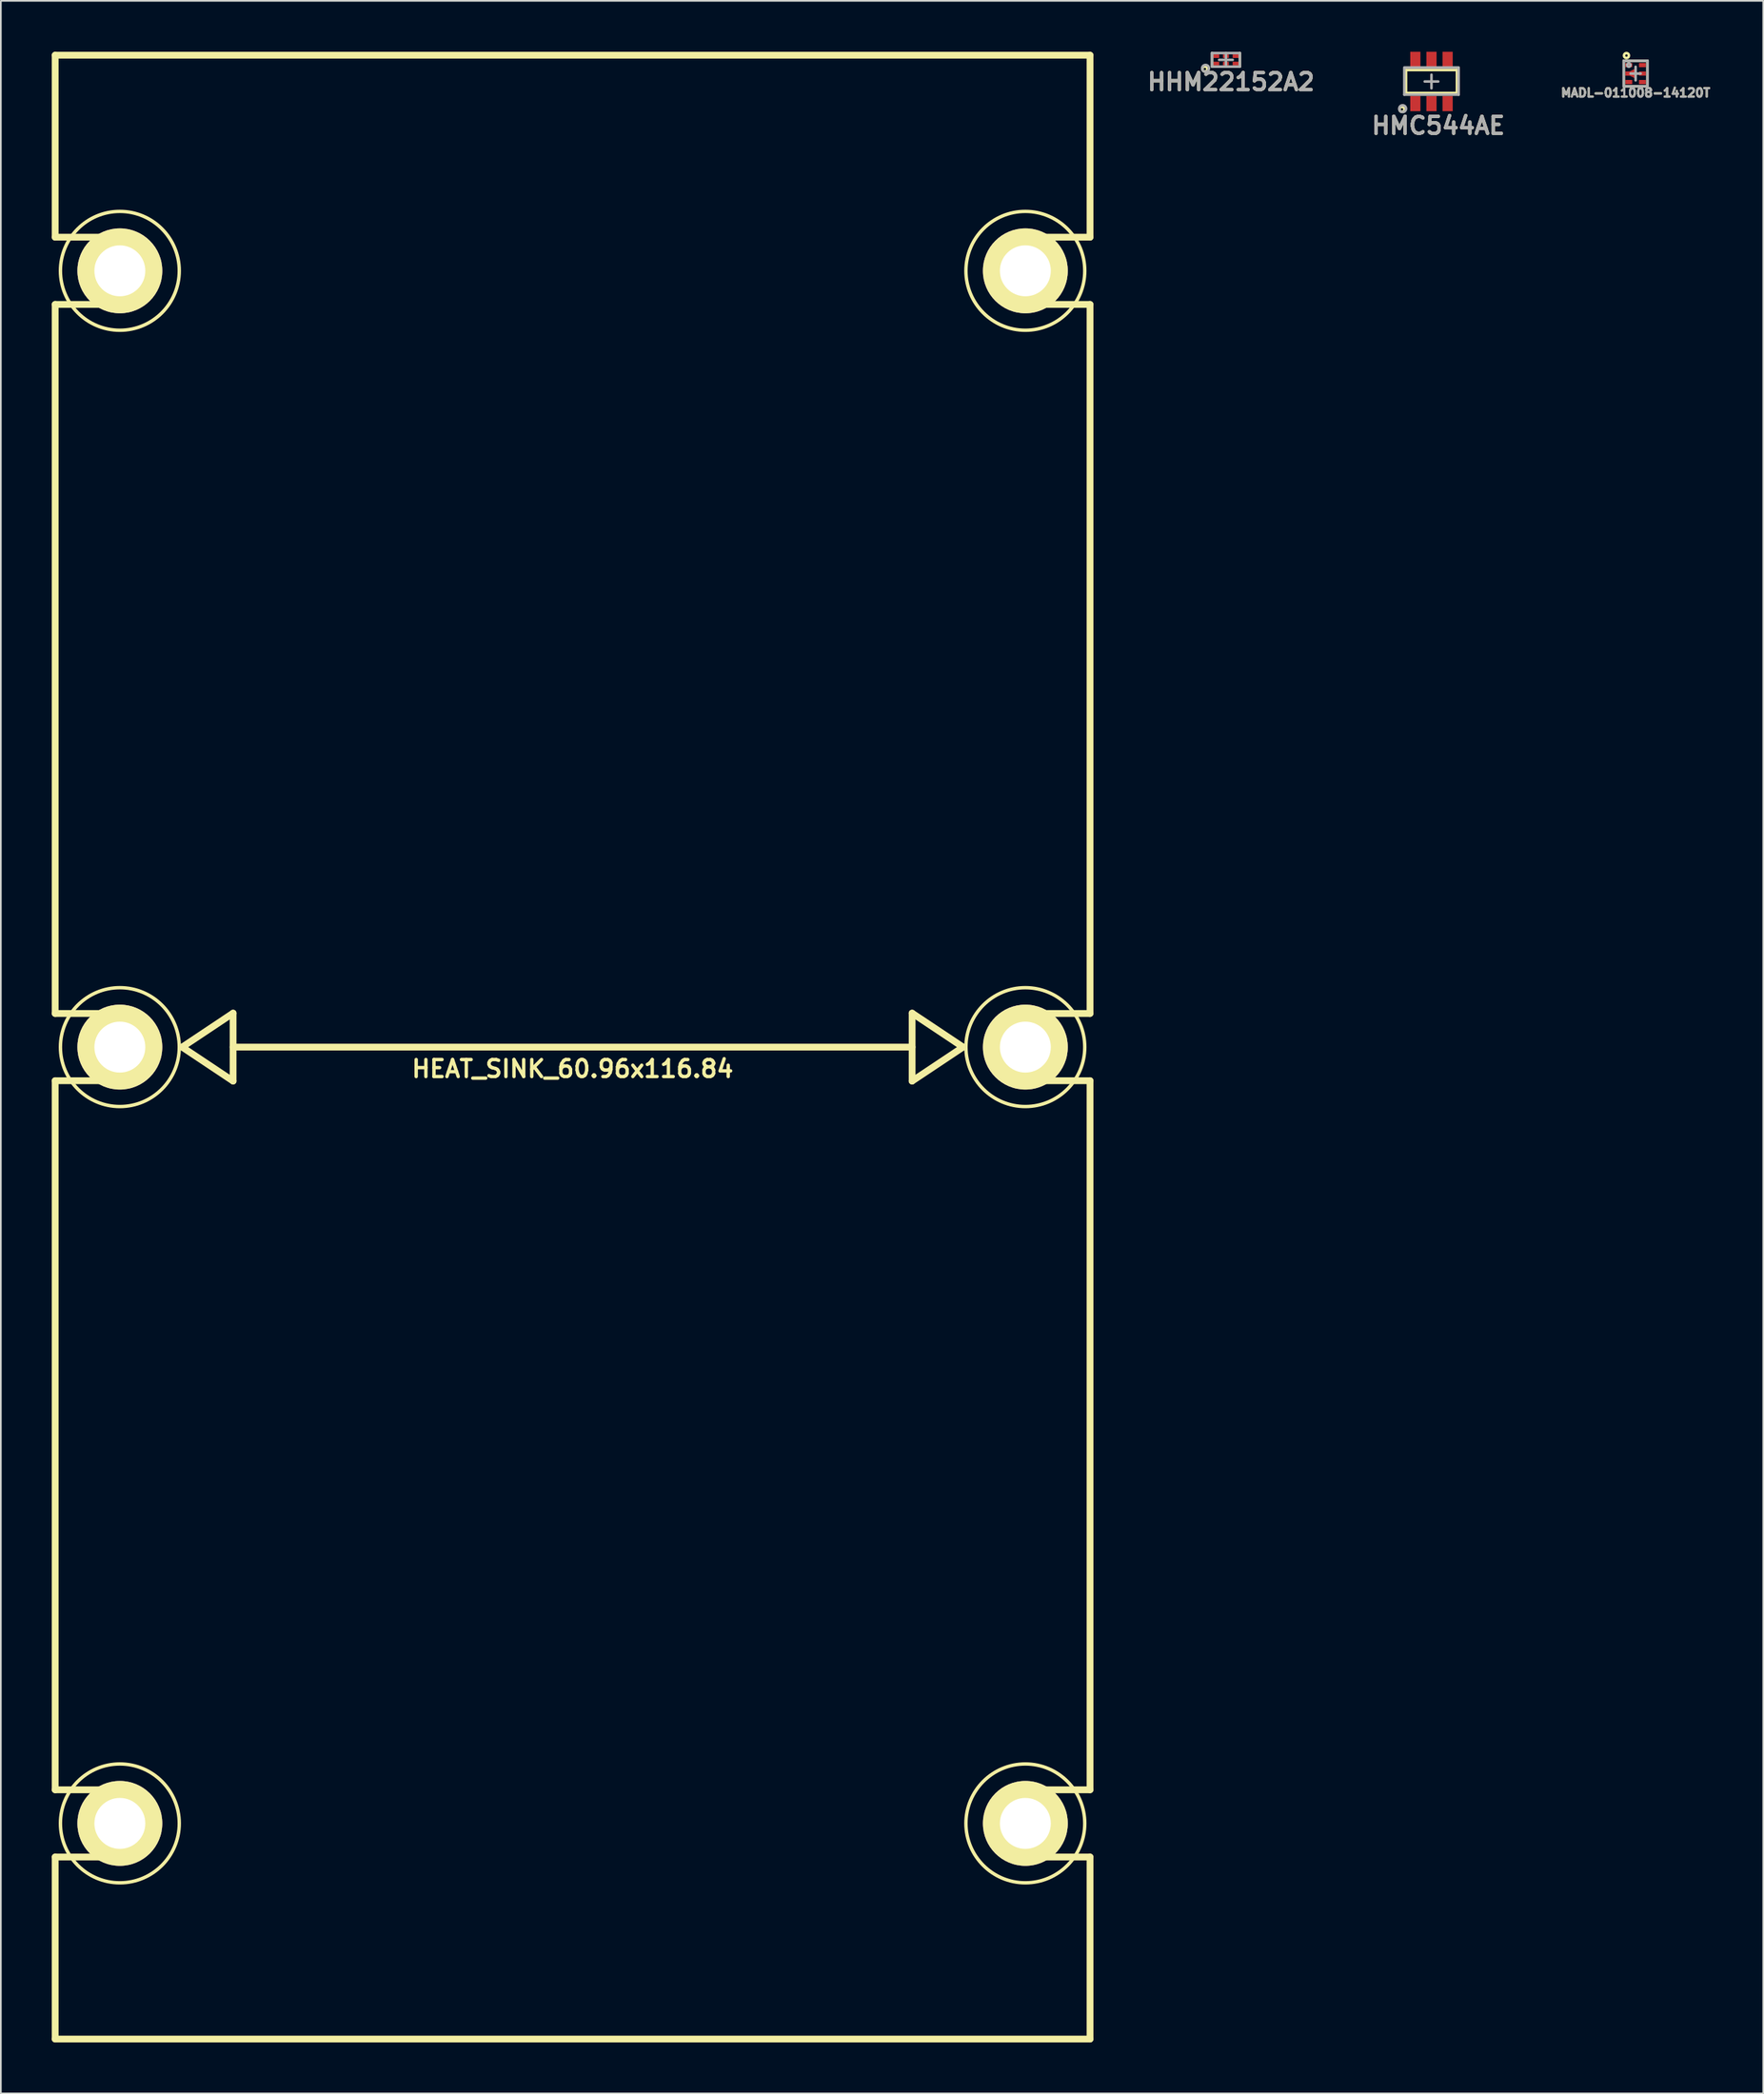
<source format=kicad_pcb>
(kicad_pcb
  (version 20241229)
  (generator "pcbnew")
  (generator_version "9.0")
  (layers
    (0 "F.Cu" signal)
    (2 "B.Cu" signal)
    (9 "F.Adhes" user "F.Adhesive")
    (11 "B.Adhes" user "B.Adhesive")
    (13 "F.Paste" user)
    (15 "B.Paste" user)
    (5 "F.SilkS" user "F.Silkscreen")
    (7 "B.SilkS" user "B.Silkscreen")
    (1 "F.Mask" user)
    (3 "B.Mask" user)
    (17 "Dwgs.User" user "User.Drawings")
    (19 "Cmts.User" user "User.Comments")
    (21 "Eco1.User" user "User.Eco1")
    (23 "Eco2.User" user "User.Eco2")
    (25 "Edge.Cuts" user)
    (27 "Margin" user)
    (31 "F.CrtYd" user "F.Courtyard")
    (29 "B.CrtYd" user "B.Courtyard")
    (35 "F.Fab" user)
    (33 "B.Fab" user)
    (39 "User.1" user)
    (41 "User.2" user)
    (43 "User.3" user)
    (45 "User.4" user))
  (footprint "HEAT_SINK_60.96x116.84"
    (layer "F.Cu")
    (at 30.68 58.62)
    (property "Reference" "HEAT_SINK_60.96x116.84" (at 0 1.28 0) (layer "F.SilkS") (effects (font (size 1 1) (thickness 0.2))))
    (attr smd)
    (fp_line (start -30.48 -58.42) (end 30.48 -58.42) (stroke (width 0.4) (type solid)) (layer "F.SilkS"))
    (fp_line (start -30.48 -47.7) (end -30.48 -58.42) (stroke (width 0.4) (type solid)) (layer "F.SilkS"))
    (fp_line (start -30.48 -47.7) (end -26.67 -47.7) (stroke (width 0.4) (type solid)) (layer "F.SilkS"))
    (fp_line (start -30.48 -43.74) (end -26.67 -43.74) (stroke (width 0.4) (type solid)) (layer "F.SilkS"))
    (fp_line (start -30.48 -1.98) (end -30.48 -43.74) (stroke (width 0.4) (type solid)) (layer "F.SilkS"))
    (fp_line (start -30.48 -1.98) (end -26.67 -1.98) (stroke (width 0.4) (type solid)) (layer "F.SilkS"))
    (fp_line (start -30.48 1.98) (end -26.67 1.98) (stroke (width 0.4) (type solid)) (layer "F.SilkS"))
    (fp_line (start -30.48 43.74) (end -30.48 1.98) (stroke (width 0.4) (type solid)) (layer "F.SilkS"))
    (fp_line (start -30.48 43.74) (end -26.67 43.74) (stroke (width 0.4) (type solid)) (layer "F.SilkS"))
    (fp_line (start -30.48 47.7) (end -26.67 47.7) (stroke (width 0.4) (type solid)) (layer "F.SilkS"))
    (fp_line (start -30.48 58.42) (end -30.48 47.7) (stroke (width 0.4) (type solid)) (layer "F.SilkS"))
    (fp_line (start -30.48 58.42) (end 30.48 58.42) (stroke (width 0.4) (type solid)) (layer "F.SilkS"))
    (fp_line (start -23 0) (end -20 -2) (stroke (width 0.4) (type solid)) (layer "F.SilkS"))
    (fp_line (start -20 -2) (end -20 2) (stroke (width 0.4) (type solid)) (layer "F.SilkS"))
    (fp_line (start -20 0) (end 20 0) (stroke (width 0.4) (type solid)) (layer "F.SilkS"))
    (fp_line (start -20 2) (end -23 0) (stroke (width 0.4) (type solid)) (layer "F.SilkS"))
    (fp_line (start 20 -2) (end 20 2) (stroke (width 0.4) (type solid)) (layer "F.SilkS"))
    (fp_line (start 20 2) (end 23 0) (stroke (width 0.4) (type solid)) (layer "F.SilkS"))
    (fp_line (start 23 0) (end 20 -2) (stroke (width 0.4) (type solid)) (layer "F.SilkS"))
    (fp_line (start 26.67 -47.7) (end 30.48 -47.7) (stroke (width 0.4) (type solid)) (layer "F.SilkS"))
    (fp_line (start 26.67 -43.74) (end 30.48 -43.74) (stroke (width 0.4) (type solid)) (layer "F.SilkS"))
    (fp_line (start 26.67 -1.98) (end 30.48 -1.98) (stroke (width 0.4) (type solid)) (layer "F.SilkS"))
    (fp_line (start 26.67 1.98) (end 30.48 1.98) (stroke (width 0.4) (type solid)) (layer "F.SilkS"))
    (fp_line (start 26.67 43.74) (end 30.48 43.74) (stroke (width 0.4) (type solid)) (layer "F.SilkS"))
    (fp_line (start 26.67 47.7) (end 30.48 47.7) (stroke (width 0.4) (type solid)) (layer "F.SilkS"))
    (fp_line (start 30.48 -47.7) (end 30.48 -58.42) (stroke (width 0.4) (type solid)) (layer "F.SilkS"))
    (fp_line (start 30.48 -1.98) (end 30.48 -43.74) (stroke (width 0.4) (type solid)) (layer "F.SilkS"))
    (fp_line (start 30.48 43.74) (end 30.48 1.98) (stroke (width 0.4) (type solid)) (layer "F.SilkS"))
    (fp_line (start 30.48 58.42) (end 30.48 47.7) (stroke (width 0.4) (type solid)) (layer "F.SilkS"))
    (fp_arc (start -26.67 -47.7) (mid -25.269929 -47.120071) (end -24.69 -45.72) (stroke (width 0.4) (type solid)) (layer "F.SilkS"))
    (fp_arc (start -26.67 -1.98) (mid -25.269929 -1.400071) (end -24.69 0) (stroke (width 0.4) (type solid)) (layer "F.SilkS"))
    (fp_arc (start -26.67 43.74) (mid -25.269929 44.319929) (end -24.69 45.72) (stroke (width 0.4) (type solid)) (layer "F.SilkS"))
    (fp_arc (start -24.69 -45.72) (mid -25.269929 -44.319929) (end -26.67 -43.74) (stroke (width 0.4) (type solid)) (layer "F.SilkS"))
    (fp_arc (start -24.69 0) (mid -25.269929 1.400071) (end -26.67 1.98) (stroke (width 0.4) (type solid)) (layer "F.SilkS"))
    (fp_arc (start -24.69 45.72) (mid -25.269929 47.120071) (end -26.67 47.7) (stroke (width 0.4) (type solid)) (layer "F.SilkS"))
    (fp_arc (start 24.69 -45.72) (mid 25.269929 -47.120071) (end 26.67 -47.7) (stroke (width 0.4) (type solid)) (layer "F.SilkS"))
    (fp_arc (start 24.69 0) (mid 25.269929 -1.400071) (end 26.67 -1.98) (stroke (width 0.4) (type solid)) (layer "F.SilkS"))
    (fp_arc (start 24.69 45.72) (mid 25.269929 44.319929) (end 26.67 43.74) (stroke (width 0.4) (type solid)) (layer "F.SilkS"))
    (fp_arc (start 26.67 -43.74) (mid 25.269929 -44.319929) (end 24.69 -45.72) (stroke (width 0.4) (type solid)) (layer "F.SilkS"))
    (fp_arc (start 26.67 1.98) (mid 25.269929 1.400071) (end 24.69 0) (stroke (width 0.4) (type solid)) (layer "F.SilkS"))
    (fp_arc (start 26.67 47.7) (mid 25.269929 47.120071) (end 24.69 45.72) (stroke (width 0.4) (type solid)) (layer "F.SilkS"))
    (fp_circle (center -26.67 -45.72) (end -23.17 -45.72) (stroke (width 0.2) (type solid)) (fill no) (layer "F.SilkS"))
    (fp_circle (center -26.67 0) (end -23.17 0) (stroke (width 0.2) (type solid)) (fill no) (layer "F.SilkS"))
    (fp_circle (center -26.67 45.72) (end -23.17 45.72) (stroke (width 0.2) (type solid)) (fill no) (layer "F.SilkS"))
    (fp_circle (center 26.67 -45.72) (end 30.17 -45.72) (stroke (width 0.2) (type solid)) (fill no) (layer "F.SilkS"))
    (fp_circle (center 26.67 0) (end 30.17 0) (stroke (width 0.2) (type solid)) (fill no) (layer "F.SilkS"))
    (fp_circle (center 26.67 45.72) (end 30.17 45.72) (stroke (width 0.2) (type solid)) (fill no) (layer "F.SilkS"))
    (pad "1" thru_hole circle (at -26.67 -45.72) (size 5 5) (drill 3) (layers "*.Cu" "*.Mask" "F.SilkS"))
    (pad "1" thru_hole circle (at -26.67 0) (size 5 5) (drill 3) (layers "*.Cu" "*.Mask" "F.SilkS"))
    (pad "1" thru_hole circle (at -26.67 45.72) (size 5 5) (drill 3) (layers "*.Cu" "*.Mask" "F.SilkS"))
    (pad "1" thru_hole circle (at 26.67 -45.72) (size 5 5) (drill 3) (layers "*.Cu" "*.Mask" "F.SilkS"))
    (pad "1" thru_hole circle (at 26.67 0) (size 5 5) (drill 3) (layers "*.Cu" "*.Mask" "F.SilkS"))
    (pad "1" thru_hole circle (at 26.67 45.72) (size 5 5) (drill 3) (layers "*.Cu" "*.Mask" "F.SilkS")))
  (footprint "HHM22152A2"
    (layer "F.Cu")
    (at 69.165 0.475)
    (property "Reference" "HHM22152A2" (at 0.3 1.3 0) (layer "F.SilkS") (effects (font (size 1 1) (thickness 0.2))))
    (attr through_hole)
    (fp_line (start -0.82 -0.4) (end -0.82 0.4) (stroke (width 0.15) (type solid)) (layer "F.SilkS"))
    (fp_line (start 0.82 -0.4) (end 0.82 0.4) (stroke (width 0.15) (type solid)) (layer "F.SilkS"))
    (fp_circle (center -1.24 0.54) (end -1.133 0.64) (stroke (width 0.152) (type solid)) (fill no) (layer "F.SilkS"))
    (fp_line (start -0.82 -0.4) (end -0.82 0.4) (stroke (width 0.15) (type solid)) (layer "F.Fab"))
    (fp_line (start -0.82 -0.4) (end 0.82 -0.4) (stroke (width 0.15) (type solid)) (layer "F.Fab"))
    (fp_line (start -0.82 0.4) (end 0.82 0.4) (stroke (width 0.15) (type solid)) (layer "F.Fab"))
    (fp_line (start -0.4 0) (end 0.4 0) (stroke (width 0.15) (type solid)) (layer "F.Fab"))
    (fp_line (start 0 -0.4) (end 0 0.4) (stroke (width 0.15) (type solid)) (layer "F.Fab"))
    (fp_line (start 0.82 -0.4) (end 0.82 0.4) (stroke (width 0.15) (type solid)) (layer "F.Fab"))
    (fp_circle (center -1.2 0.5) (end -1 0.5) (stroke (width 0.15) (type solid)) (fill no) (layer "F.Fab"))
    (fp_text user "${REFERENCE}" (at 0.3 1.3 0) (layer "F.Fab") (effects (font (size 1 1) (thickness 0.2))))
    (pad "1" smd rect (at -0.57 0.223) (size 0.35 0.225) (layers "F.Cu" "F.Mask" "F.Paste"))
    (pad "2" smd rect (at 0 0.223) (size 0.35 0.225) (layers "F.Cu" "F.Mask" "F.Paste"))
    (pad "3" smd rect (at 0.57 0.223) (size 0.35 0.225) (layers "F.Cu" "F.Mask" "F.Paste"))
    (pad "4" smd rect (at 0.57 -0.223) (size 0.35 0.225) (layers "F.Cu" "F.Mask" "F.Paste"))
    (pad "5" smd rect (at 0 -0.223) (size 0.35 0.225) (layers "F.Cu" "F.Mask" "F.Paste"))
    (pad "6" smd rect (at -0.57 -0.223) (size 0.35 0.225) (layers "F.Cu" "F.Mask" "F.Paste")))
  (footprint "MADL-011008-14120T"
    (layer "F.Cu")
    (at 93.299 1.282)
    (property "Reference" "MADL-011008-14120T" (at -0.001 1.129 0) (layer "F.SilkS") (effects (font (size 0.5 0.5) (thickness 0.125))))
    (attr through_hole)
    (fp_line (start -0.7 -0.75) (end -0.7 0.75) (stroke (width 0.15) (type solid)) (layer "F.SilkS"))
    (fp_line (start -0.7 -0.75) (end 0.7 -0.75) (stroke (width 0.15) (type solid)) (layer "F.SilkS"))
    (fp_line (start -0.7 0.75) (end 0.7 0.75) (stroke (width 0.15) (type solid)) (layer "F.SilkS"))
    (fp_line (start 0.7 -0.75) (end 0.7 0.75) (stroke (width 0.15) (type solid)) (layer "F.SilkS"))
    (fp_circle (center -0.54 -1.06) (end -0.433 -0.96) (stroke (width 0.152) (type solid)) (fill no) (layer "F.SilkS"))
    (fp_line (start -0.7 -0.75) (end -0.7 0.75) (stroke (width 0.15) (type solid)) (layer "F.Fab"))
    (fp_line (start -0.7 -0.75) (end 0.7 -0.75) (stroke (width 0.15) (type solid)) (layer "F.Fab"))
    (fp_line (start -0.3 0) (end 0.3 0) (stroke (width 0.15) (type solid)) (layer "F.Fab"))
    (fp_line (start 0 -0.4) (end 0 0.4) (stroke (width 0.15) (type solid)) (layer "F.Fab"))
    (fp_line (start 0.7 -0.75) (end 0.7 0.75) (stroke (width 0.15) (type solid)) (layer "F.Fab"))
    (fp_line (start 0.7 0.75) (end -0.7 0.75) (stroke (width 0.15) (type solid)) (layer "F.Fab"))
    (fp_circle (center -0.4 -0.5) (end -0.3 -0.5) (stroke (width 0.15) (type solid)) (fill no) (layer "F.Fab"))
    (fp_text user "${REFERENCE}" (at -0.001 1.142 0) (layer "F.Fab") (effects (font (size 0.5 0.5) (thickness 0.125))))
    (pad "1" smd rect (at -0.4 -0.5) (size 0.4 0.25) (layers "F.Cu" "F.Mask" "F.Paste"))
    (pad "2" smd rect (at -0.4 0) (size 0.4 0.25) (layers "F.Cu" "F.Mask" "F.Paste"))
    (pad "2" smd trapezoid (at -0.2 0 90) (size 0.4 0.4) (rect_delta 0 0.2) (layers "F.Cu" "F.Mask" "F.Paste"))
    (pad "3" smd rect (at -0.4 0.5) (size 0.4 0.25) (layers "F.Cu" "F.Mask" "F.Paste"))
    (pad "4" smd rect (at 0.4 0.5) (size 0.4 0.25) (layers "F.Cu" "F.Mask" "F.Paste"))
    (pad "5" smd rect (at 0.4 0) (size 0.4 0.24) (layers "F.Cu" "F.Mask" "F.Paste"))
    (pad "6" smd rect (at 0.4 -0.5) (size 0.4 0.25) (layers "F.Cu" "F.Mask" "F.Paste")))
  (footprint "HMC544AE"
    (layer "F.Cu")
    (at 81.274 1.75)
    (property "Reference" "HMC544AE" (at 0.4 2.6 0) (layer "F.SilkS") (effects (font (size 1 1) (thickness 0.2))))
    (attr through_hole)
    (fp_line (start -1.5 -0.675) (end 1.5 -0.675) (stroke (width 0.15) (type solid)) (layer "F.SilkS"))
    (fp_line (start -1.5 0.675) (end -1.5 -0.675) (stroke (width 0.15) (type solid)) (layer "F.SilkS"))
    (fp_line (start -1.5 0.675) (end 1.5 0.675) (stroke (width 0.15) (type solid)) (layer "F.SilkS"))
    (fp_line (start 1.5 0.675) (end 1.5 -0.675) (stroke (width 0.15) (type solid)) (layer "F.SilkS"))
    (fp_circle (center -1.74 1.64) (end -1.633 1.74) (stroke (width 0.152) (type solid)) (fill no) (layer "F.SilkS"))
    (fp_line (start -1.6 -0.775) (end -1.6 0.775) (stroke (width 0.15) (type solid)) (layer "F.Fab"))
    (fp_line (start -0.4 0) (end 0.4 0) (stroke (width 0.15) (type solid)) (layer "F.Fab"))
    (fp_line (start 0 -0.4) (end 0 0.4) (stroke (width 0.15) (type solid)) (layer "F.Fab"))
    (fp_line (start 1.6 -0.825) (end -1.6 -0.825) (stroke (width 0.15) (type solid)) (layer "F.Fab"))
    (fp_line (start 1.6 -0.775) (end 1.6 0.775) (stroke (width 0.15) (type solid)) (layer "F.Fab"))
    (fp_line (start 1.6 0.775) (end -1.6 0.775) (stroke (width 0.15) (type solid)) (layer "F.Fab"))
    (fp_circle (center -1.7 1.6) (end -1.5 1.6) (stroke (width 0.15) (type solid)) (fill no) (layer "F.Fab"))
    (fp_text user "${REFERENCE}" (at 0.4 2.6 0) (layer "F.Fab") (effects (font (size 1 1) (thickness 0.2))))
    (pad "1" smd rect (at -0.95 1.3) (size 0.6 0.9) (layers "F.Cu" "F.Mask" "F.Paste"))
    (pad "2" smd rect (at 0 1.3) (size 0.6 0.9) (layers "F.Cu" "F.Mask" "F.Paste"))
    (pad "3" smd rect (at 0.95 1.3) (size 0.6 0.9) (layers "F.Cu" "F.Mask" "F.Paste"))
    (pad "4" smd rect (at 0.95 -1.3) (size 0.6 0.9) (layers "F.Cu" "F.Mask" "F.Paste"))
    (pad "5" smd rect (at 0 -1.3) (size 0.6 0.9) (layers "F.Cu" "F.Mask" "F.Paste"))
    (pad "6" smd rect (at -0.95 -1.3) (size 0.6 0.9) (layers "F.Cu" "F.Mask" "F.Paste")))
  (gr_rect
    (start -3 -3)
    (end 100.816 120.24)
    (stroke (width 0.1) (type default))
    (fill no)
    (layer "Edge.Cuts")))
</source>
